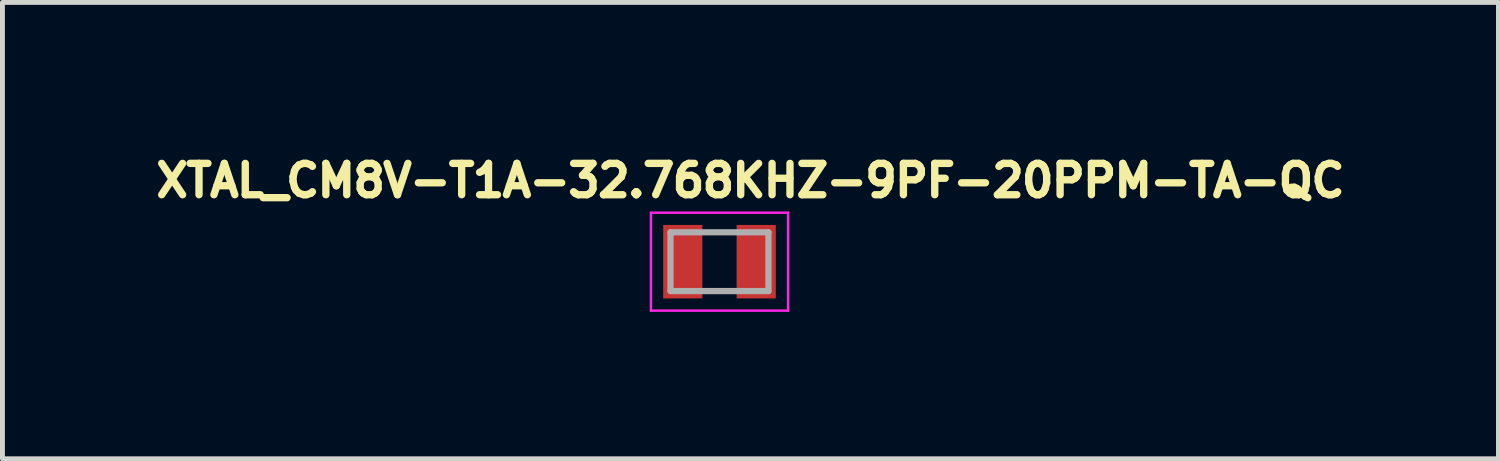
<source format=kicad_pcb>
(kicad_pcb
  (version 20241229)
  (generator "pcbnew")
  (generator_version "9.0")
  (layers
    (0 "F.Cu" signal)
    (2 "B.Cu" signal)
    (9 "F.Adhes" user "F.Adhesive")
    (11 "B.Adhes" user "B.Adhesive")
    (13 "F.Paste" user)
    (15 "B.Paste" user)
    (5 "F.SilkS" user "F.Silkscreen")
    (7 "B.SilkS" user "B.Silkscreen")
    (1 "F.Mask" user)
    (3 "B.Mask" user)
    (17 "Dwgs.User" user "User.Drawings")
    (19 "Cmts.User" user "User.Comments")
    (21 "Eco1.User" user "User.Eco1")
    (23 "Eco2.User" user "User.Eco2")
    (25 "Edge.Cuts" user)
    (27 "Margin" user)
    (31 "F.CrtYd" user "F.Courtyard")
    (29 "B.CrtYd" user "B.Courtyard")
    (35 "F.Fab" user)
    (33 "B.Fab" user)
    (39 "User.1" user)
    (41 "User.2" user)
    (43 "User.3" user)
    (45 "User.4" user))
  (footprint "XTAL_CM8V-T1A-32.768KHZ-9PF-20PPM-TA-QC"
    (layer "F.Cu")
    (at 11.643 2.294)
    (property "Reference" "XTAL_CM8V-T1A-32.768KHZ-9PF-20PPM-TA-QC" (at 0.632 -1.656 0) (layer "F.SilkS") (effects (font (size 0.64 0.64) (thickness 0.15))))
    (attr smd)
    (fp_line (start -1.4 -1) (end -1.4 1) (stroke (width 0.05) (type solid)) (layer "F.CrtYd"))
    (fp_line (start -1.4 1) (end 1.4 1) (stroke (width 0.05) (type solid)) (layer "F.CrtYd"))
    (fp_line (start 1.4 -1) (end -1.4 -1) (stroke (width 0.05) (type solid)) (layer "F.CrtYd"))
    (fp_line (start 1.4 1) (end 1.4 -1) (stroke (width 0.05) (type solid)) (layer "F.CrtYd"))
    (fp_line (start -1 -0.6) (end -1 0.6) (stroke (width 0.127) (type solid)) (layer "F.Fab"))
    (fp_line (start -1 -0.6) (end 1 -0.6) (stroke (width 0.127) (type solid)) (layer "F.Fab"))
    (fp_line (start -1 0.6) (end 1 0.6) (stroke (width 0.127) (type solid)) (layer "F.Fab"))
    (fp_line (start 1 -0.6) (end 1 0.6) (stroke (width 0.127) (type solid)) (layer "F.Fab"))
    (pad "1" smd rect (at -0.75 0) (size 0.8 1.5) (layers "F.Cu" "F.Mask" "F.Paste"))
    (pad "2" smd rect (at 0.75 0) (size 0.8 1.5) (layers "F.Cu" "F.Mask" "F.Paste")))
  (gr_rect
    (start -3 -3)
    (end 27.551 6.319)
    (stroke (width 0.1) (type default))
    (fill no)
    (layer "Edge.Cuts")))
</source>
